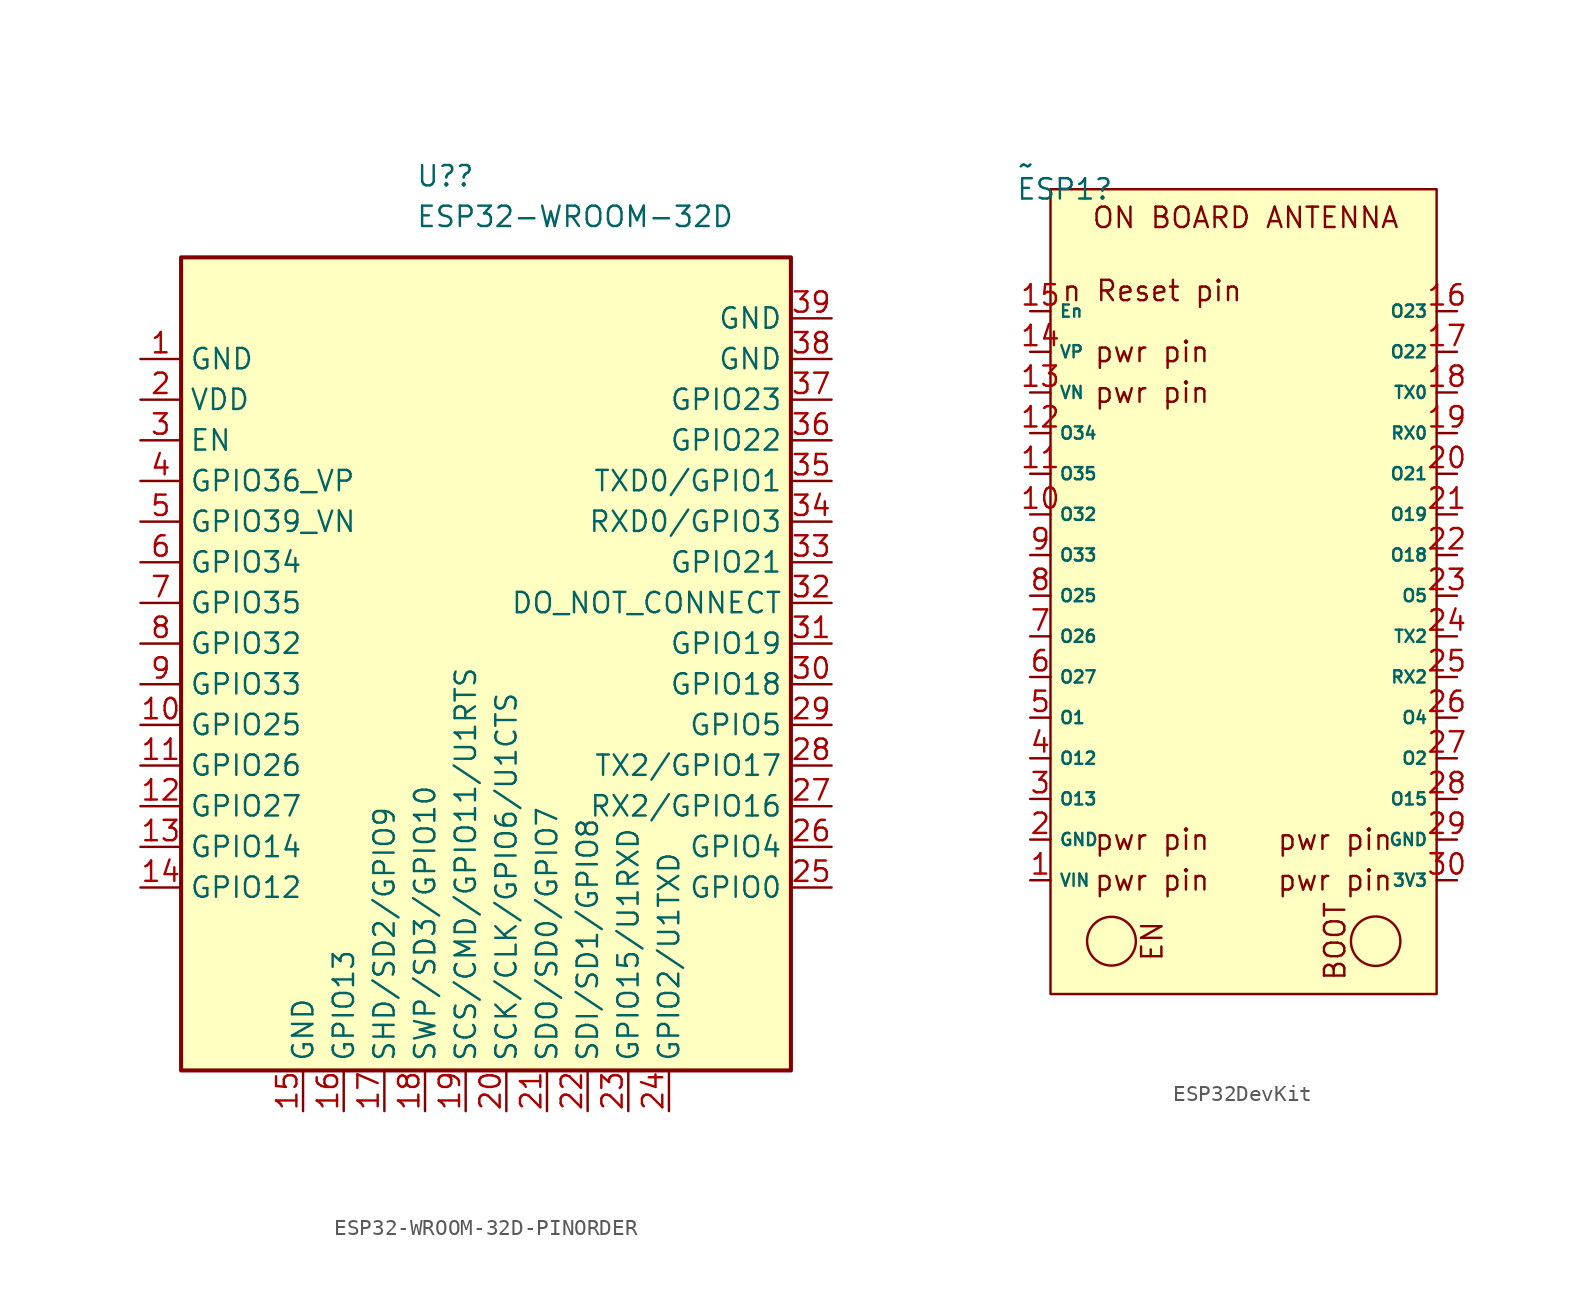
<source format=kicad_sym>
(kicad_symbol_lib
  (version 20220914)
  (generator kicad_symbol_editor)
  (symbol "ESP32-WROOM-32D-PINORDER"
    (property "Reference" "U?"
      (at -4.394 31.75 0)
      (effects (font (size 1.27 1.27)) (justify left)))
    (property "Value" "ESP32-WROOM-32D"
      (at -4.394 29.21 0)
      (effects (font (size 1.27 1.27)) (justify left)))
    (symbol "ESP32-WROOM-32D-PINORDER_0_1"
      (rectangle (start -19.05 26.67) (end 19.05 -24.13) (stroke (width 0.254) (type default)) (fill (type background))))
    (symbol "ESP32-WROOM-32D-PINORDER_1_1"
      (pin power_in line (at -21.59 20.32 0) (length 2.54) (name "GND" (effects (font (size 1.27 1.27)))) (number "1" (effects (font (size 1.27 1.27)))))
      (pin bidirectional line (at -21.59 -2.54 0) (length 2.54) (name "GPIO25" (effects (font (size 1.27 1.27)))) (number "10" (effects (font (size 1.27 1.27)))))
      (pin bidirectional line (at -21.59 -5.08 0) (length 2.54) (name "GPIO26" (effects (font (size 1.27 1.27)))) (number "11" (effects (font (size 1.27 1.27)))))
      (pin bidirectional line (at -21.59 -7.62 0) (length 2.54) (name "GPIO27" (effects (font (size 1.27 1.27)))) (number "12" (effects (font (size 1.27 1.27)))))
      (pin bidirectional line (at -21.59 -10.16 0) (length 2.54) (name "GPIO14" (effects (font (size 1.27 1.27)))) (number "13" (effects (font (size 1.27 1.27)))))
      (pin bidirectional line (at -21.59 -12.7 0) (length 2.54) (name "GPIO12" (effects (font (size 1.27 1.27)))) (number "14" (effects (font (size 1.27 1.27)))))
      (pin power_in line (at -11.43 -26.67 90) (length 2.54) (name "GND" (effects (font (size 1.27 1.27)))) (number "15" (effects (font (size 1.27 1.27)))))
      (pin bidirectional line (at -8.89 -26.67 90) (length 2.54) (name "GPIO13" (effects (font (size 1.27 1.27)))) (number "16" (effects (font (size 1.27 1.27)))))
      (pin bidirectional line (at -6.35 -26.67 90) (length 2.54) (name "SHD/SD2/GPIO9" (effects (font (size 1.27 1.27)))) (number "17" (effects (font (size 1.27 1.27)))))
      (pin bidirectional line (at -3.81 -26.67 90) (length 2.54) (name "SWP/SD3/GPIO10" (effects (font (size 1.27 1.27)))) (number "18" (effects (font (size 1.27 1.27)))))
      (pin bidirectional line (at -1.27 -26.67 90) (length 2.54) (name "SCS/CMD/GPIO11/U1RTS" (effects (font (size 1.27 1.27)))) (number "19" (effects (font (size 1.27 1.27)))))
      (pin power_in line (at -21.59 17.78 0) (length 2.54) (name "VDD" (effects (font (size 1.27 1.27)))) (number "2" (effects (font (size 1.27 1.27)))))
      (pin bidirectional line (at 1.27 -26.67 90) (length 2.54) (name "SCK/CLK/GPIO6/U1CTS" (effects (font (size 1.27 1.27)))) (number "20" (effects (font (size 1.27 1.27)))))
      (pin bidirectional line (at 3.81 -26.67 90) (length 2.54) (name "SDO/SD0/GPIO7" (effects (font (size 1.27 1.27)))) (number "21" (effects (font (size 1.27 1.27)))))
      (pin bidirectional line (at 6.35 -26.67 90) (length 2.54) (name "SDI/SD1/GPIO8" (effects (font (size 1.27 1.27)))) (number "22" (effects (font (size 1.27 1.27)))))
      (pin bidirectional line (at 8.89 -26.67 90) (length 2.54) (name "GPIO15/U1RXD" (effects (font (size 1.27 1.27)))) (number "23" (effects (font (size 1.27 1.27)))))
      (pin bidirectional line (at 11.43 -26.67 90) (length 2.54) (name "GPIO2/U1TXD" (effects (font (size 1.27 1.27)))) (number "24" (effects (font (size 1.27 1.27)))))
      (pin bidirectional line (at 21.59 -12.7 180) (length 2.54) (name "GPIO0" (effects (font (size 1.27 1.27)))) (number "25" (effects (font (size 1.27 1.27)))))
      (pin bidirectional line (at 21.59 -10.16 180) (length 2.54) (name "GPIO4" (effects (font (size 1.27 1.27)))) (number "26" (effects (font (size 1.27 1.27)))))
      (pin bidirectional line (at 21.59 -7.62 180) (length 2.54) (name "RX2/GPIO16" (effects (font (size 1.27 1.27)))) (number "27" (effects (font (size 1.27 1.27)))))
      (pin bidirectional line (at 21.59 -5.08 180) (length 2.54) (name "TX2/GPIO17" (effects (font (size 1.27 1.27)))) (number "28" (effects (font (size 1.27 1.27)))))
      (pin bidirectional line (at 21.59 -2.54 180) (length 2.54) (name "GPIO5" (effects (font (size 1.27 1.27)))) (number "29" (effects (font (size 1.27 1.27)))))
      (pin input line (at -21.59 15.24 0) (length 2.54) (name "EN" (effects (font (size 1.27 1.27)))) (number "3" (effects (font (size 1.27 1.27)))))
      (pin bidirectional line (at 21.59 0 180) (length 2.54) (name "GPIO18" (effects (font (size 1.27 1.27)))) (number "30" (effects (font (size 1.27 1.27)))))
      (pin bidirectional line (at 21.59 2.54 180) (length 2.54) (name "GPIO19" (effects (font (size 1.27 1.27)))) (number "31" (effects (font (size 1.27 1.27)))))
      (pin input line (at 21.59 5.08 180) (length 2.54) (name "DO_NOT_CONNECT" (effects (font (size 1.27 1.27)))) (number "32" (effects (font (size 1.27 1.27)))))
      (pin bidirectional line (at 21.59 7.62 180) (length 2.54) (name "GPIO21" (effects (font (size 1.27 1.27)))) (number "33" (effects (font (size 1.27 1.27)))))
      (pin bidirectional line (at 21.59 10.16 180) (length 2.54) (name "RXD0/GPIO3" (effects (font (size 1.27 1.27)))) (number "34" (effects (font (size 1.27 1.27)))))
      (pin bidirectional line (at 21.59 12.7 180) (length 2.54) (name "TXD0/GPIO1" (effects (font (size 1.27 1.27)))) (number "35" (effects (font (size 1.27 1.27)))))
      (pin bidirectional line (at 21.59 15.24 180) (length 2.54) (name "GPIO22" (effects (font (size 1.27 1.27)))) (number "36" (effects (font (size 1.27 1.27)))))
      (pin bidirectional line (at 21.59 17.78 180) (length 2.54) (name "GPIO23" (effects (font (size 1.27 1.27)))) (number "37" (effects (font (size 1.27 1.27)))))
      (pin power_in line (at 21.59 20.32 180) (length 2.54) (name "GND" (effects (font (size 1.27 1.27)))) (number "38" (effects (font (size 1.27 1.27)))))
      (pin power_in line (at 21.59 22.86 180) (length 2.54) (name "GND" (effects (font (size 1.27 1.27)))) (number "39" (effects (font (size 1.27 1.27)))))
      (pin input line (at -21.59 12.7 0) (length 2.54) (name "GPIO36_VP" (effects (font (size 1.27 1.27)))) (number "4" (effects (font (size 1.27 1.27)))))
      (pin input line (at -21.59 10.16 0) (length 2.54) (name "GPIO39_VN" (effects (font (size 1.27 1.27)))) (number "5" (effects (font (size 1.27 1.27)))))
      (pin input line (at -21.59 7.62 0) (length 2.54) (name "GPIO34" (effects (font (size 1.27 1.27)))) (number "6" (effects (font (size 1.27 1.27)))))
      (pin input line (at -21.59 5.08 0) (length 2.54) (name "GPIO35" (effects (font (size 1.27 1.27)))) (number "7" (effects (font (size 1.27 1.27)))))
      (pin bidirectional line (at -21.59 2.54 0) (length 2.54) (name "GPIO32" (effects (font (size 1.27 1.27)))) (number "8" (effects (font (size 1.27 1.27)))))
      (pin bidirectional line (at -21.59 0 0) (length 2.54) (name "GPIO33" (effects (font (size 1.27 1.27)))) (number "9" (effects (font (size 1.27 1.27)))))))
  (symbol "ESP32DevKit"
    (property "Reference" "ESP1"
      (at 0.889 0 0)
      (effects (font (size 1.27 1.27))))
    (property "Value" "~"
      (at -1.524 1.524 0)
      (effects (font (size 1.27 1.27))))
    (symbol "ESP32DevKit_0_1"
      (circle (center 3.81 -46.99) (radius 1.524) (stroke (width 0) (type default)) (fill (type none)))
      (circle (center 20.32 -46.99) (radius 1.545) (stroke (width 0) (type default)) (fill (type none))))
    (symbol "ESP32DevKit_1_1"
      (rectangle (start 0 0) (end 24.13 -50.292) (stroke (width 0) (type default)) (fill (type background)))
      (text "BOOT" (at 17.78 -46.99 900) (effects (font (size 1.27 1.27))))
      (text "EN" (at 6.35 -46.99 900) (effects (font (size 1.27 1.27))))
      (text "n Reset pin" (at 6.35 -6.35 0) (effects (font (size 1.27 1.27))))
      (text "ON BOARD ANTENNA" (at 12.192 -1.778 0) (effects (font (size 1.27 1.27))))
      (text "pwr pin" (at 6.35 -40.64 0) (effects (font (size 1.27 1.27))))
      (text "pwr pin" (at 6.35 -12.7 0) (effects (font (size 1.27 1.27))))
      (text "pwr pin" (at 6.35 -10.16 0) (effects (font (size 1.27 1.27))))
      (text "pwr pin" (at 17.78 -43.18 0) (effects (font (size 1.27 1.27))))
      (text "pwr pin" (at 17.78 -40.64 0) (effects (font (size 1.27 1.27))))
      (text "pwr pin\n" (at 6.35 -43.18 0) (effects (font (size 1.27 1.27))))
      (pin bidirectional line (at -1.27 -43.18 0) (length 1.27) (name "VIN" (effects (font (size 0.762 0.762)))) (number "1" (effects (font (size 1.27 1.27)))))
      (pin bidirectional line (at -1.27 -20.32 0) (length 1.27) (name "O32" (effects (font (size 0.762 0.762)))) (number "10" (effects (font (size 1.27 1.27)))))
      (pin input line (at -1.27 -17.78 0) (length 1.27) (name "O35" (effects (font (size 0.762 0.762)))) (number "11" (effects (font (size 1.27 1.27)))))
      (pin input line (at -1.27 -15.24 0) (length 1.27) (name "O34" (effects (font (size 0.762 0.762)))) (number "12" (effects (font (size 1.27 1.27)))))
      (pin input line (at -1.27 -12.7 0) (length 1.27) (name "VN" (effects (font (size 0.762 0.762)))) (number "13" (effects (font (size 1.27 1.27)))))
      (pin input line (at -1.27 -10.16 0) (length 1.27) (name "VP" (effects (font (size 0.762 0.762)))) (number "14" (effects (font (size 1.27 1.27)))))
      (pin bidirectional line (at -1.27 -7.62 0) (length 1.27) (name "En" (effects (font (size 0.762 0.762)))) (number "15" (effects (font (size 1.27 1.27)))))
      (pin bidirectional line (at 25.4 -7.62 180) (length 1.27) (name "O23" (effects (font (size 0.762 0.762)))) (number "16" (effects (font (size 1.27 1.27)))))
      (pin bidirectional line (at 25.4 -10.16 180) (length 1.27) (name "O22" (effects (font (size 0.762 0.762)))) (number "17" (effects (font (size 1.27 1.27)))))
      (pin bidirectional line (at 25.4 -12.7 180) (length 1.27) (name "TX0" (effects (font (size 0.762 0.762)))) (number "18" (effects (font (size 1.27 1.27)))))
      (pin bidirectional line (at 25.4 -15.24 180) (length 1.27) (name "RX0" (effects (font (size 0.762 0.762)))) (number "19" (effects (font (size 1.27 1.27)))))
      (pin bidirectional line (at -1.27 -40.64 0) (length 1.27) (name "GND" (effects (font (size 0.762 0.762)))) (number "2" (effects (font (size 1.27 1.27)))))
      (pin bidirectional line (at 25.4 -17.78 180) (length 1.27) (name "O21" (effects (font (size 0.762 0.762)))) (number "20" (effects (font (size 1.27 1.27)))))
      (pin bidirectional line (at 25.4 -20.32 180) (length 1.27) (name "O19" (effects (font (size 0.762 0.762)))) (number "21" (effects (font (size 1.27 1.27)))))
      (pin bidirectional line (at 25.4 -22.86 180) (length 1.27) (name "O18" (effects (font (size 0.762 0.762)))) (number "22" (effects (font (size 1.27 1.27)))))
      (pin bidirectional line (at 25.4 -25.4 180) (length 1.27) (name "O5" (effects (font (size 0.762 0.762)))) (number "23" (effects (font (size 1.27 1.27)))))
      (pin bidirectional line (at 25.4 -27.94 180) (length 1.27) (name "TX2" (effects (font (size 0.762 0.762)))) (number "24" (effects (font (size 1.27 1.27)))))
      (pin bidirectional line (at 25.4 -30.48 180) (length 1.27) (name "RX2" (effects (font (size 0.762 0.762)))) (number "25" (effects (font (size 1.27 1.27)))))
      (pin bidirectional line (at 25.4 -33.02 180) (length 1.27) (name "O4" (effects (font (size 0.762 0.762)))) (number "26" (effects (font (size 1.27 1.27)))))
      (pin bidirectional line (at 25.4 -35.56 180) (length 1.27) (name "O2" (effects (font (size 0.762 0.762)))) (number "27" (effects (font (size 1.27 1.27)))))
      (pin bidirectional line (at 25.4 -38.1 180) (length 1.27) (name "O15" (effects (font (size 0.762 0.762)))) (number "28" (effects (font (size 1.27 1.27)))))
      (pin bidirectional line (at 25.4 -40.64 180) (length 1.27) (name "GND" (effects (font (size 0.762 0.762)))) (number "29" (effects (font (size 1.27 1.27)))))
      (pin bidirectional line (at -1.27 -38.1 0) (length 1.27) (name "O13" (effects (font (size 0.762 0.762)))) (number "3" (effects (font (size 1.27 1.27)))))
      (pin bidirectional line (at 25.4 -43.18 180) (length 1.27) (name "3V3" (effects (font (size 0.762 0.762)))) (number "30" (effects (font (size 1.27 1.27)))))
      (pin bidirectional line (at -1.27 -35.56 0) (length 1.27) (name "O12" (effects (font (size 0.762 0.762)))) (number "4" (effects (font (size 1.27 1.27)))))
      (pin bidirectional line (at -1.27 -33.02 0) (length 1.27) (name "O1" (effects (font (size 0.762 0.762)))) (number "5" (effects (font (size 1.27 1.27)))))
      (pin bidirectional line (at -1.27 -30.48 0) (length 1.27) (name "O27" (effects (font (size 0.762 0.762)))) (number "6" (effects (font (size 1.27 1.27)))))
      (pin bidirectional line (at -1.27 -27.94 0) (length 1.27) (name "O26" (effects (font (size 0.762 0.762)))) (number "7" (effects (font (size 1.27 1.27)))))
      (pin bidirectional line (at -1.27 -25.4 0) (length 1.27) (name "O25" (effects (font (size 0.762 0.762)))) (number "8" (effects (font (size 1.27 1.27)))))
      (pin bidirectional line (at -1.27 -22.86 0) (length 1.27) (name "O33" (effects (font (size 0.762 0.762)))) (number "9" (effects (font (size 1.27 1.27))))))))
</source>
